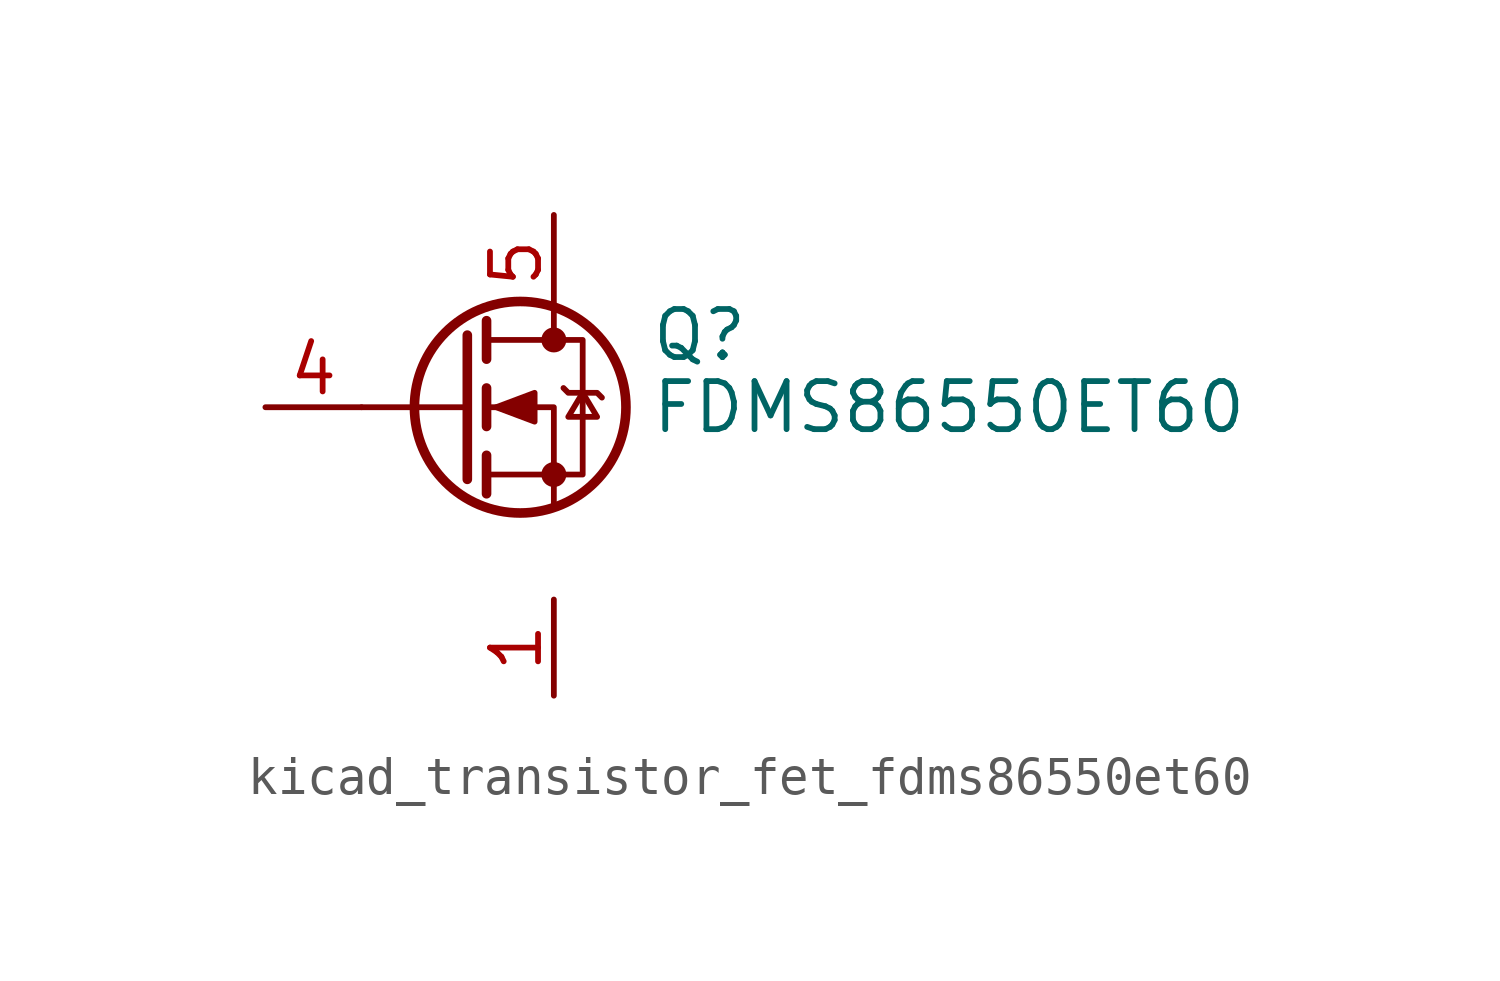
<source format=kicad_sym>
(kicad_symbol_lib
  (version 20220914)
  (generator kicad_symbol_editor)
  (symbol "kicad_transistor_fet_fdms86550et60"
    (pin_names hide)
    (property "Reference" "Q"
      (at 5.08 1.905 0)
      (effects (font (size 1.27 1.27)) (justify left)))
    (property "Value" "FDMS86550ET60"
      (at 5.08 0 0)
      (effects (font (size 1.27 1.27)) (justify left)))
    (symbol "kicad_transistor_fet_fdms86550et60_0_1"
      (polyline (pts (xy 0.254 0) (xy -2.54 0)) (stroke (width 0) (type default)) (fill (type none)))
      (polyline (pts (xy 0.254 1.905) (xy 0.254 -1.905)) (stroke (width 0.254) (type default)) (fill (type none)))
      (polyline (pts (xy 0.762 -1.27) (xy 0.762 -2.286)) (stroke (width 0.254) (type default)) (fill (type none)))
      (polyline (pts (xy 0.762 0.508) (xy 0.762 -0.508)) (stroke (width 0.254) (type default)) (fill (type none)))
      (polyline (pts (xy 0.762 2.286) (xy 0.762 1.27)) (stroke (width 0.254) (type default)) (fill (type none)))
      (polyline (pts (xy 2.54 2.54) (xy 2.54 1.778)) (stroke (width 0) (type default)) (fill (type none)))
      (polyline (pts (xy 2.54 -2.54) (xy 2.54 0) (xy 0.762 0)) (stroke (width 0) (type default)) (fill (type none)))
      (polyline (pts (xy 0.762 -1.778) (xy 3.302 -1.778) (xy 3.302 1.778) (xy 0.762 1.778)) (stroke (width 0) (type default)) (fill (type none)))
      (polyline (pts (xy 1.016 0) (xy 2.032 0.381) (xy 2.032 -0.381) (xy 1.016 0)) (stroke (width 0) (type default)) (fill (type outline)))
      (polyline (pts (xy 2.794 0.508) (xy 2.921 0.381) (xy 3.683 0.381) (xy 3.81 0.254)) (stroke (width 0) (type default)) (fill (type none)))
      (polyline (pts (xy 3.302 0.381) (xy 2.921 -0.254) (xy 3.683 -0.254) (xy 3.302 0.381)) (stroke (width 0) (type default)) (fill (type none)))
      (circle (center 1.651 0) (radius 2.794) (stroke (width 0.254) (type default)) (fill (type none)))
      (circle (center 2.54 -1.778) (radius 0.254) (stroke (width 0) (type default)) (fill (type outline)))
      (circle (center 2.54 1.778) (radius 0.254) (stroke (width 0) (type default)) (fill (type outline))))
    (symbol "kicad_transistor_fet_fdms86550et60_1_1"
      (pin passive line (at 2.54 -5.08 270) (length 2.54) (name "S" (effects (font (size 1.27 1.27)))) (number "1" (effects (font (size 1.27 1.27)))))
      (pin passive line (at 2.54 -5.08 270) (length 2.54) hide (name "S" (effects (font (size 1.27 1.27)))) (number "2" (effects (font (size 1.27 1.27)))))
      (pin passive line (at 2.54 -5.08 90) (length 2.54) hide (name "S" (effects (font (size 1.27 1.27)))) (number "3" (effects (font (size 1.27 1.27)))))
      (pin passive line (at -5.08 0 0) (length 2.54) (name "G" (effects (font (size 1.27 1.27)))) (number "4" (effects (font (size 1.27 1.27)))))
      (pin passive line (at 2.54 5.08 270) (length 2.54) (name "D" (effects (font (size 1.27 1.27)))) (number "5" (effects (font (size 1.27 1.27))))))))
</source>
